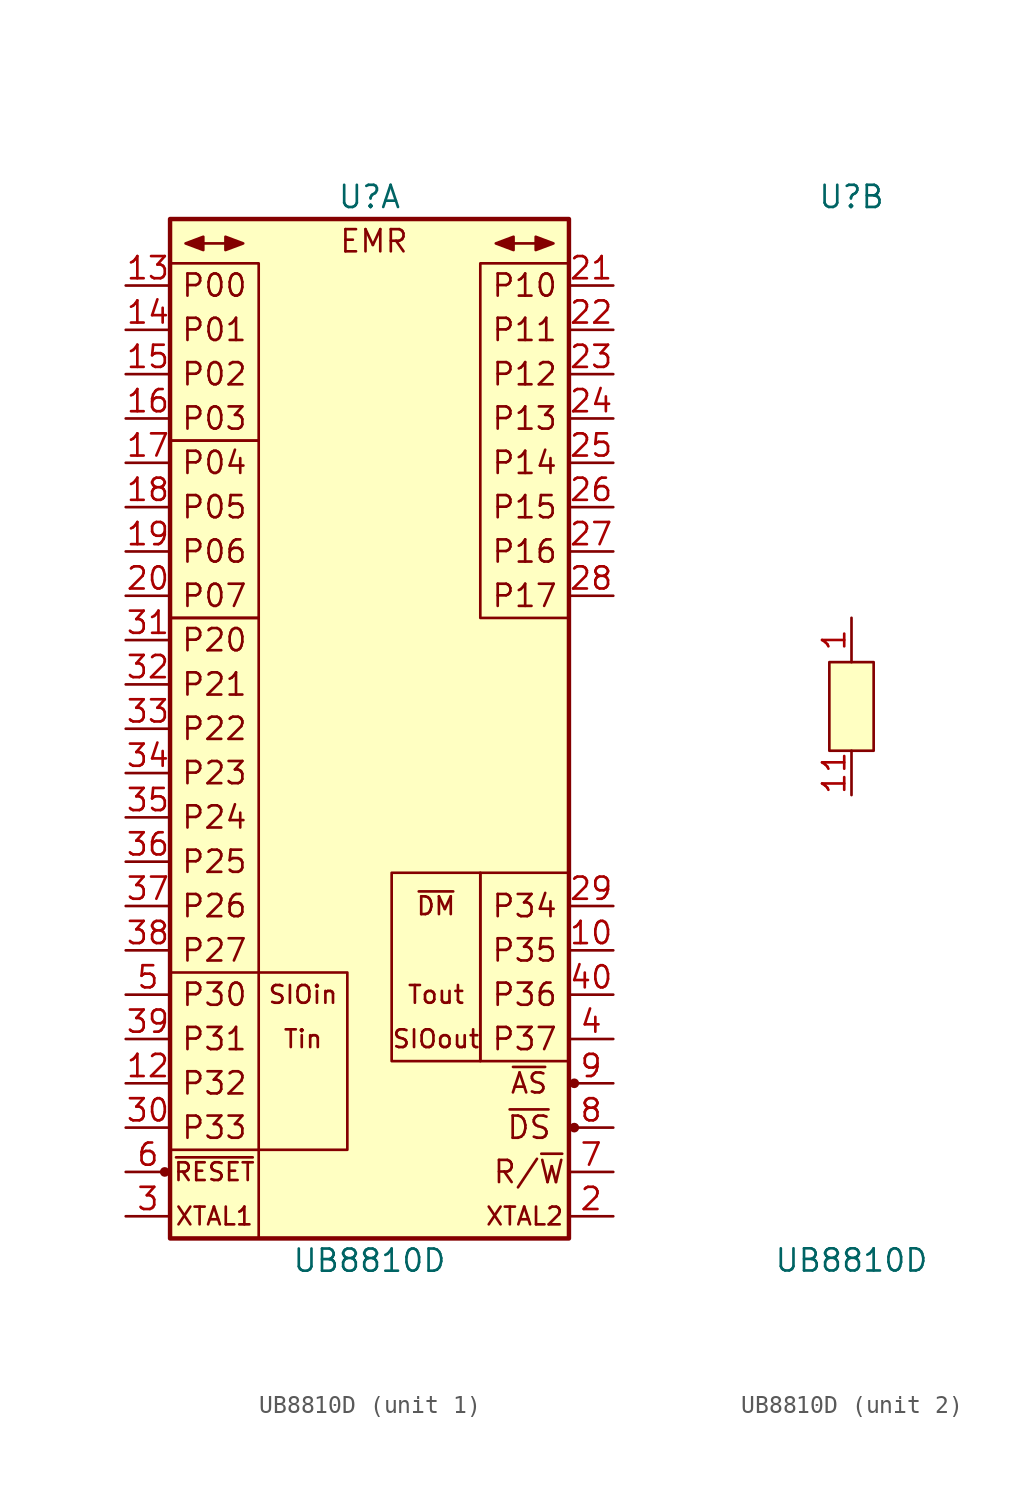
<source format=kicad_sym>
(kicad_symbol_lib
  (version 20211014)
  (generator kicad_symbol_editor)
  (symbol "UB8810D"
    (pin_names
      (offset 1.016) hide)
    (property "Reference" "U"
      (at 0 29.21 0)
      (effects (font (size 1.27 1.27))))
    (property "Value" "UB8810D"
      (at 0 -31.75 0)
      (effects (font (size 1.27 1.27))))
    (property "ki_locked" ""
      (at 0 0 0)
      (effects (font (size 1.27 1.27))))
    (symbol "UB8810D_1_1"
      (circle (center -11.735 -26.67) (radius 0.203) (stroke (width 0) (type default) (color 0 0 0 0)) (fill (type outline)))
      (rectangle (start -11.43 -25.4) (end -6.35 -30.48) (stroke (width 0) (type default) (color 0 0 0 0)) (fill (type none)))
      (rectangle (start -11.43 5.08) (end -6.35 -15.24) (stroke (width 0) (type default) (color 0 0 0 0)) (fill (type none)))
      (rectangle (start -11.43 15.24) (end -6.35 5.08) (stroke (width 0) (type default) (color 0 0 0 0)) (fill (type none)))
      (rectangle (start -11.43 25.4) (end -6.35 15.24) (stroke (width 0) (type default) (color 0 0 0 0)) (fill (type none)))
      (rectangle (start -11.43 27.94) (end 11.43 -30.48) (stroke (width 0.254) (type default) (color 0 0 0 0)) (fill (type background)))
      (rectangle (start -1.27 -15.24) (end -6.35 -25.4) (stroke (width 0) (type default) (color 0 0 0 0)) (fill (type none)))
      (polyline (pts (xy -9.525 26.543) (xy -8.255 26.543)) (stroke (width 0) (type default) (color 0 0 0 0)) (fill (type none)))
      (polyline (pts (xy 8.255 26.543) (xy 9.525 26.543)) (stroke (width 0) (type default) (color 0 0 0 0)) (fill (type none)))
      (polyline (pts (xy -9.525 26.924) (xy -10.541 26.543) (xy -9.525 26.162) (xy -9.525 26.924)) (stroke (width 0) (type default) (color 0 0 0 0)) (fill (type outline)))
      (polyline (pts (xy -8.255 26.924) (xy -7.239 26.543) (xy -8.255 26.162) (xy -8.255 26.924)) (stroke (width 0) (type default) (color 0 0 0 0)) (fill (type outline)))
      (polyline (pts (xy 8.255 26.924) (xy 7.239 26.543) (xy 8.255 26.162) (xy 8.255 26.924)) (stroke (width 0) (type default) (color 0 0 0 0)) (fill (type outline)))
      (polyline (pts (xy 9.525 26.924) (xy 10.541 26.543) (xy 9.525 26.162) (xy 9.525 26.924)) (stroke (width 0) (type default) (color 0 0 0 0)) (fill (type outline)))
      (rectangle (start 6.35 -20.32) (end 11.43 -9.525) (stroke (width 0) (type default) (color 0 0 0 0)) (fill (type none)))
      (rectangle (start 6.35 -9.525) (end 1.27 -20.32) (stroke (width 0) (type default) (color 0 0 0 0)) (fill (type none)))
      (rectangle (start 6.35 25.4) (end 11.43 5.08) (stroke (width 0) (type default) (color 0 0 0 0)) (fill (type none)))
      (circle (center 11.735 -24.13) (radius 0.203) (stroke (width 0) (type default) (color 0 0 0 0)) (fill (type outline)))
      (circle (center 11.735 -21.59) (radius 0.203) (stroke (width 0) (type default) (color 0 0 0 0)) (fill (type outline)))
      (text "EMR" (at 0.254 26.67 0) (effects (font (size 1.27 1.27))))
      (text "P00" (at -8.89 24.13 0) (effects (font (size 1.27 1.27))))
      (text "P01" (at -8.89 21.59 0) (effects (font (size 1.27 1.27))))
      (text "P02" (at -8.89 19.05 0) (effects (font (size 1.27 1.27))))
      (text "P03" (at -8.89 16.51 0) (effects (font (size 1.27 1.27))))
      (text "P04" (at -8.89 13.97 0) (effects (font (size 1.27 1.27))))
      (text "P05" (at -8.89 11.43 0) (effects (font (size 1.27 1.27))))
      (text "P06" (at -8.89 8.89 0) (effects (font (size 1.27 1.27))))
      (text "P07" (at -8.89 6.35 0) (effects (font (size 1.27 1.27))))
      (text "P10" (at 8.89 24.13 0) (effects (font (size 1.27 1.27))))
      (text "P11" (at 8.89 21.59 0) (effects (font (size 1.27 1.27))))
      (text "P12" (at 8.89 19.05 0) (effects (font (size 1.27 1.27))))
      (text "P13" (at 8.89 16.51 0) (effects (font (size 1.27 1.27))))
      (text "P14" (at 8.89 13.97 0) (effects (font (size 1.27 1.27))))
      (text "P15" (at 8.89 11.43 0) (effects (font (size 1.27 1.27))))
      (text "P16" (at 8.89 8.89 0) (effects (font (size 1.27 1.27))))
      (text "P17" (at 8.89 6.35 0) (effects (font (size 1.27 1.27))))
      (text "P20" (at -8.89 3.81 0) (effects (font (size 1.27 1.27))))
      (text "P21" (at -8.89 1.27 0) (effects (font (size 1.27 1.27))))
      (text "P22" (at -8.89 -1.27 0) (effects (font (size 1.27 1.27))))
      (text "P23" (at -8.89 -3.81 0) (effects (font (size 1.27 1.27))))
      (text "P24" (at -8.89 -6.35 0) (effects (font (size 1.27 1.27))))
      (text "P25" (at -8.89 -8.89 0) (effects (font (size 1.27 1.27))))
      (text "P26" (at -8.89 -11.43 0) (effects (font (size 1.27 1.27))))
      (text "P27" (at -8.89 -13.97 0) (effects (font (size 1.27 1.27))))
      (text "P30" (at -8.89 -16.51 0) (effects (font (size 1.27 1.27))))
      (text "P31" (at -8.89 -19.05 0) (effects (font (size 1.27 1.27))))
      (text "P32" (at -8.89 -21.59 0) (effects (font (size 1.27 1.27))))
      (text "P33" (at -8.89 -24.13 0) (effects (font (size 1.27 1.27))))
      (text "P34" (at 8.89 -11.43 0) (effects (font (size 1.27 1.27))))
      (text "P35" (at 8.89 -13.97 0) (effects (font (size 1.27 1.27))))
      (text "P36" (at 8.89 -16.51 0) (effects (font (size 1.27 1.27))))
      (text "P37" (at 8.89 -19.05 0) (effects (font (size 1.27 1.27))))
      (text "R/~{W}" (at 9.144 -26.67 0) (effects (font (size 1.27 1.27))))
      (text "SIOin" (at -3.81 -16.51 0) (effects (font (size 1.016 1.016))))
      (text "SIOout" (at 3.81 -19.05 0) (effects (font (size 1.016 1.016))))
      (text "Tin" (at -3.81 -19.05 0) (effects (font (size 1.016 1.016))))
      (text "Tout" (at 3.81 -16.51 0) (effects (font (size 1.016 1.016))))
      (text "XTAL1" (at -8.89 -29.21 0) (effects (font (size 1.016 1.016))))
      (text "XTAL2" (at 8.89 -29.21 0) (effects (font (size 1.016 1.016))))
      (text "~{AS}" (at 9.144 -21.59 0) (effects (font (size 1.143 1.143))))
      (text "~{DM}" (at 3.81 -11.43 0) (effects (font (size 1.016 1.016))))
      (text "~{DS}" (at 9.144 -24.13 0) (effects (font (size 1.27 1.27))))
      (text "~{RESET}" (at -8.89 -26.67 0) (effects (font (size 1.016 1.016))))
      (pin output line (at 13.97 -13.97 180) (length 2.54) (name "P35" (effects (font (size 1.27 1.27)))) (number "10" (effects (font (size 1.27 1.27)))))
      (pin input line (at -13.97 -21.59 0) (length 2.54) (name "P32" (effects (font (size 1.27 1.27)))) (number "12" (effects (font (size 1.27 1.27)))))
      (pin bidirectional line (at -13.97 24.13 0) (length 2.54) (name "P00" (effects (font (size 1.27 1.27)))) (number "13" (effects (font (size 1.27 1.27)))))
      (pin bidirectional line (at -13.97 21.59 0) (length 2.54) (name "P01" (effects (font (size 1.27 1.27)))) (number "14" (effects (font (size 1.27 1.27)))))
      (pin bidirectional line (at -13.97 19.05 0) (length 2.54) (name "P02" (effects (font (size 1.27 1.27)))) (number "15" (effects (font (size 1.27 1.27)))))
      (pin bidirectional line (at -13.97 16.51 0) (length 2.54) (name "P03" (effects (font (size 1.27 1.27)))) (number "16" (effects (font (size 1.27 1.27)))))
      (pin bidirectional line (at -13.97 13.97 0) (length 2.54) (name "P04" (effects (font (size 1.27 1.27)))) (number "17" (effects (font (size 1.27 1.27)))))
      (pin bidirectional line (at -13.97 11.43 0) (length 2.54) (name "P05" (effects (font (size 1.27 1.27)))) (number "18" (effects (font (size 1.27 1.27)))))
      (pin bidirectional line (at -13.97 8.89 0) (length 2.54) (name "P06" (effects (font (size 1.27 1.27)))) (number "19" (effects (font (size 1.27 1.27)))))
      (pin output line (at 13.97 -29.21 180) (length 2.54) (name "XTAL2" (effects (font (size 1.27 1.27)))) (number "2" (effects (font (size 1.27 1.27)))))
      (pin bidirectional line (at -13.97 6.35 0) (length 2.54) (name "P07" (effects (font (size 1.27 1.27)))) (number "20" (effects (font (size 1.27 1.27)))))
      (pin bidirectional line (at 13.97 24.13 180) (length 2.54) (name "P10" (effects (font (size 1.27 1.27)))) (number "21" (effects (font (size 1.27 1.27)))))
      (pin bidirectional line (at 13.97 21.59 180) (length 2.54) (name "P11" (effects (font (size 1.27 1.27)))) (number "22" (effects (font (size 1.27 1.27)))))
      (pin bidirectional line (at 13.97 19.05 180) (length 2.54) (name "P12" (effects (font (size 1.27 1.27)))) (number "23" (effects (font (size 1.27 1.27)))))
      (pin bidirectional line (at 13.97 16.51 180) (length 2.54) (name "P13" (effects (font (size 1.27 1.27)))) (number "24" (effects (font (size 1.27 1.27)))))
      (pin bidirectional line (at 13.97 13.97 180) (length 2.54) (name "P14" (effects (font (size 1.27 1.27)))) (number "25" (effects (font (size 1.27 1.27)))))
      (pin bidirectional line (at 13.97 11.43 180) (length 2.54) (name "P15" (effects (font (size 1.27 1.27)))) (number "26" (effects (font (size 1.27 1.27)))))
      (pin bidirectional line (at 13.97 8.89 180) (length 2.54) (name "P16" (effects (font (size 1.27 1.27)))) (number "27" (effects (font (size 1.27 1.27)))))
      (pin bidirectional line (at 13.97 6.35 180) (length 2.54) (name "P17" (effects (font (size 1.27 1.27)))) (number "28" (effects (font (size 1.27 1.27)))))
      (pin output line (at 13.97 -11.43 180) (length 2.54) (name "P34" (effects (font (size 1.27 1.27)))) (number "29" (effects (font (size 1.27 1.27)))))
      (pin input line (at -13.97 -29.21 0) (length 2.54) (name "XTAL1" (effects (font (size 1.27 1.27)))) (number "3" (effects (font (size 1.27 1.27)))))
      (pin input line (at -13.97 -24.13 0) (length 2.54) (name "P33" (effects (font (size 1.27 1.27)))) (number "30" (effects (font (size 1.27 1.27)))))
      (pin bidirectional line (at -13.97 3.81 0) (length 2.54) (name "P20" (effects (font (size 1.27 1.27)))) (number "31" (effects (font (size 1.27 1.27)))))
      (pin bidirectional line (at -13.97 1.27 0) (length 2.54) (name "P21" (effects (font (size 1.27 1.27)))) (number "32" (effects (font (size 1.27 1.27)))))
      (pin bidirectional line (at -13.97 -1.27 0) (length 2.54) (name "P22" (effects (font (size 1.27 1.27)))) (number "33" (effects (font (size 1.27 1.27)))))
      (pin bidirectional line (at -13.97 -3.81 0) (length 2.54) (name "P23" (effects (font (size 1.27 1.27)))) (number "34" (effects (font (size 1.27 1.27)))))
      (pin bidirectional line (at -13.97 -6.35 0) (length 2.54) (name "P24" (effects (font (size 1.27 1.27)))) (number "35" (effects (font (size 1.27 1.27)))))
      (pin bidirectional line (at -13.97 -8.89 0) (length 2.54) (name "P25" (effects (font (size 1.27 1.27)))) (number "36" (effects (font (size 1.27 1.27)))))
      (pin bidirectional line (at -13.97 -11.43 0) (length 2.54) (name "P26" (effects (font (size 1.27 1.27)))) (number "37" (effects (font (size 1.27 1.27)))))
      (pin bidirectional line (at -13.97 -13.97 0) (length 2.54) (name "P27" (effects (font (size 1.27 1.27)))) (number "38" (effects (font (size 1.27 1.27)))))
      (pin input line (at -13.97 -19.05 0) (length 2.54) (name "P31" (effects (font (size 1.27 1.27)))) (number "39" (effects (font (size 1.27 1.27)))))
      (pin output line (at 13.97 -19.05 180) (length 2.54) (name "P37" (effects (font (size 1.27 1.27)))) (number "4" (effects (font (size 1.27 1.27)))))
      (pin output line (at 13.97 -16.51 180) (length 2.54) (name "P36" (effects (font (size 1.27 1.27)))) (number "40" (effects (font (size 1.27 1.27)))))
      (pin input line (at -13.97 -16.51 0) (length 2.54) (name "P30" (effects (font (size 1.27 1.27)))) (number "5" (effects (font (size 1.27 1.27)))))
      (pin input line (at -13.97 -26.67 0) (length 2.54) (name "~{RESET}" (effects (font (size 1.27 1.27)))) (number "6" (effects (font (size 1.27 1.27)))))
      (pin tri_state line (at 13.97 -26.67 180) (length 2.54) (name "R/~{W}" (effects (font (size 1.27 1.27)))) (number "7" (effects (font (size 1.27 1.27)))))
      (pin tri_state line (at 13.97 -24.13 180) (length 2.54) (name "~{DS}" (effects (font (size 1.27 1.27)))) (number "8" (effects (font (size 1.27 1.27)))))
      (pin tri_state line (at 13.97 -21.59 180) (length 2.54) (name "~{AS}" (effects (font (size 1.27 1.27)))) (number "9" (effects (font (size 1.27 1.27))))))
    (symbol "UB8810D_2_1"
      (rectangle (start -1.27 2.54) (end 1.27 -2.54) (stroke (width 0) (type default) (color 0 0 0 0)) (fill (type background)))
      (pin power_in line (at 0 5.08 270) (length 2.54) (name "Vcc" (effects (font (size 1.27 1.27)))) (number "1" (effects (font (size 1.27 1.27)))))
      (pin power_in line (at 0 -5.08 90) (length 2.54) (name "GND" (effects (font (size 1.27 1.27)))) (number "11" (effects (font (size 1.27 1.27))))))))
</source>
